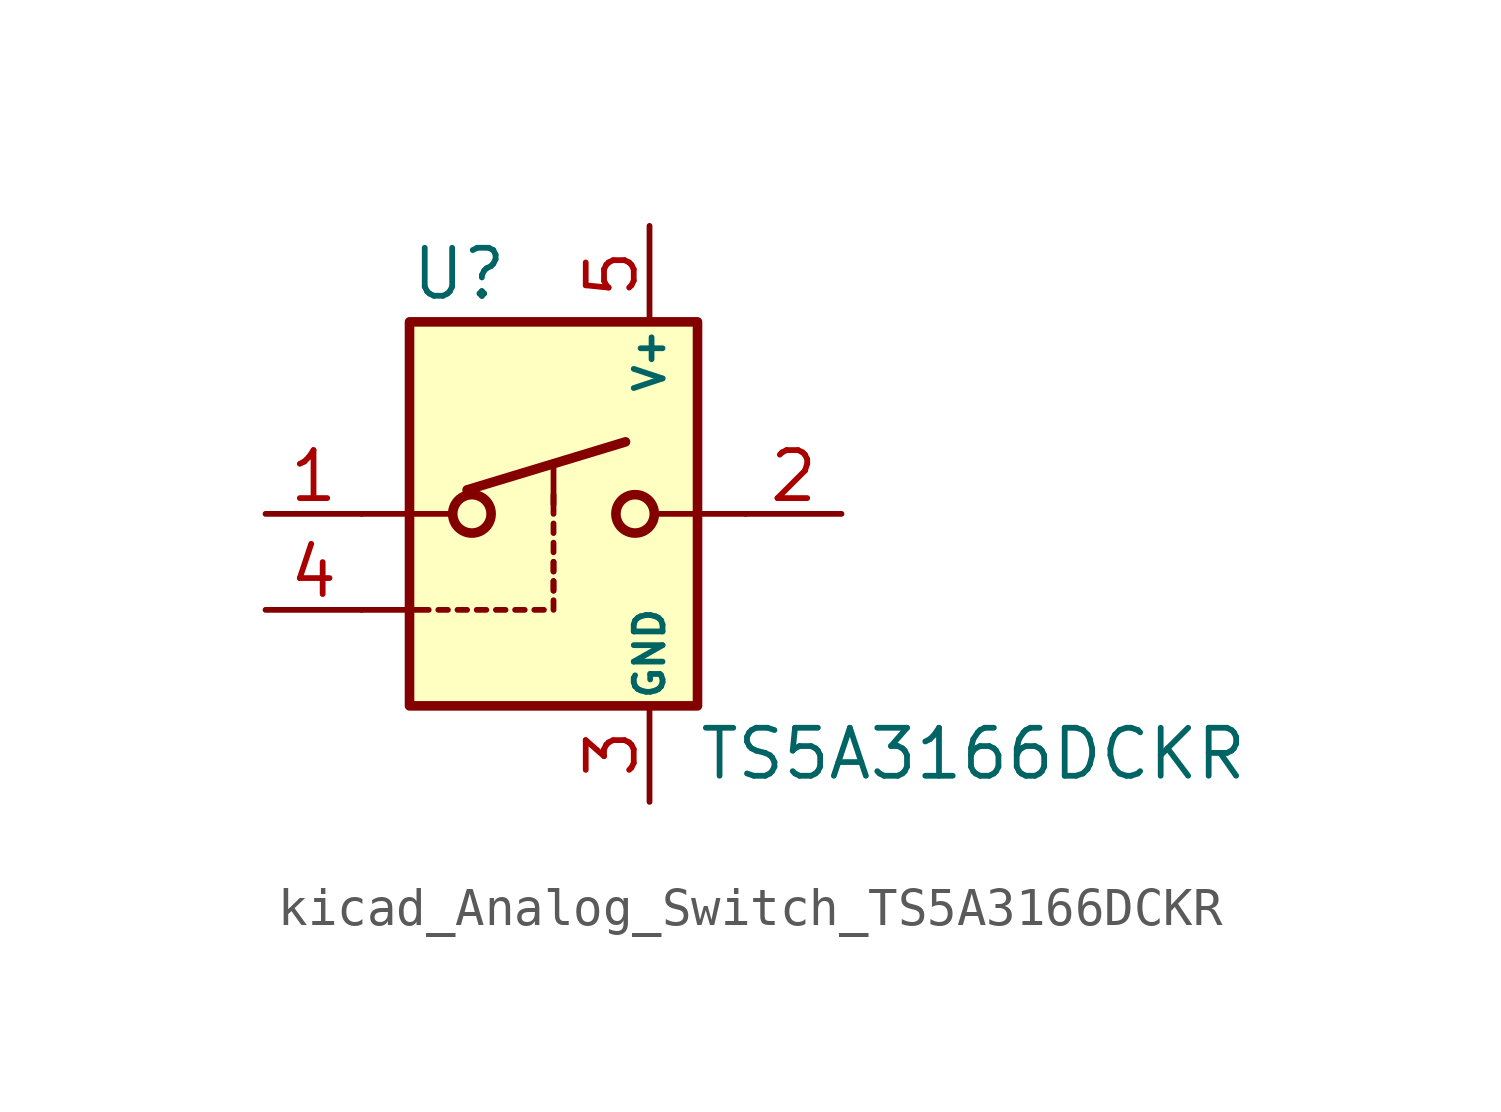
<source format=kicad_sym>
(kicad_symbol_lib
  (version 20220914)
  (generator kicad_symbol_editor)
  (symbol "kicad_Analog_Switch_TS5A3166DCKR"
    (pin_names
      (offset 0.127))
    (property "Reference" "U"
      (at -3.81 6.35 0)
      (effects (font (size 1.27 1.27)) (justify left)))
    (property "Value" "TS5A3166DCKR"
      (at 3.81 -6.35 0)
      (effects (font (size 1.27 1.27)) (justify left)))
    (symbol "kicad_Analog_Switch_TS5A3166DCKR_0_1"
      (polyline (pts (xy -5.08 -2.54) (xy -3.302 -2.54)) (stroke (width 0) (type default)) (fill (type none)))
      (polyline (pts (xy -3.048 -2.54) (xy -2.794 -2.54)) (stroke (width 0) (type default)) (fill (type none)))
      (polyline (pts (xy -2.54 -2.54) (xy -2.286 -2.54)) (stroke (width 0) (type default)) (fill (type none)))
      (polyline (pts (xy -2.032 -2.54) (xy -1.778 -2.54)) (stroke (width 0) (type default)) (fill (type none)))
      (polyline (pts (xy -1.524 -2.54) (xy -1.27 -2.54)) (stroke (width 0) (type default)) (fill (type none)))
      (polyline (pts (xy -1.016 -2.54) (xy -0.762 -2.54)) (stroke (width 0) (type default)) (fill (type none)))
      (polyline (pts (xy -0.508 -2.54) (xy -0.254 -2.54)) (stroke (width 0) (type default)) (fill (type none)))
      (polyline (pts (xy 0 -2.032) (xy 0 -1.778)) (stroke (width 0) (type default)) (fill (type none)))
      (polyline (pts (xy 0 -1.524) (xy 0 -1.27)) (stroke (width 0) (type default)) (fill (type none))))
    (symbol "kicad_Analog_Switch_TS5A3166DCKR_1_1"
      (rectangle (start -3.81 5.08) (end 3.81 -5.08) (stroke (width 0.254) (type default)) (fill (type background)))
      (circle (center -2.159 0) (radius 0.508) (stroke (width 0.254) (type default)) (fill (type none)))
      (polyline (pts (xy -5.08 0) (xy -2.794 0)) (stroke (width 0) (type default)) (fill (type none)))
      (polyline (pts (xy -2.286 0.635) (xy 1.905 1.905)) (stroke (width 0.254) (type default)) (fill (type none)))
      (polyline (pts (xy 0 -2.54) (xy 0 -2.286)) (stroke (width 0) (type default)) (fill (type none)))
      (polyline (pts (xy 0 -2.032) (xy 0 -1.778)) (stroke (width 0) (type default)) (fill (type none)))
      (polyline (pts (xy 0 -1.524) (xy 0 -1.27)) (stroke (width 0) (type default)) (fill (type none)))
      (polyline (pts (xy 0 -1.016) (xy 0 -0.762)) (stroke (width 0) (type default)) (fill (type none)))
      (polyline (pts (xy 0 -0.508) (xy 0 -0.254)) (stroke (width 0) (type default)) (fill (type none)))
      (polyline (pts (xy 0 0) (xy 0 0.508)) (stroke (width 0) (type default)) (fill (type none)))
      (polyline (pts (xy 0 0.254) (xy 0 1.27)) (stroke (width 0) (type default)) (fill (type none)))
      (polyline (pts (xy 5.08 0) (xy 2.794 0)) (stroke (width 0) (type default)) (fill (type none)))
      (circle (center 2.159 0) (radius 0.508) (stroke (width 0.254) (type default)) (fill (type none)))
      (pin passive line (at -7.62 0 0) (length 2.54) (name "~" (effects (font (size 1.27 1.27)))) (number "1" (effects (font (size 1.27 1.27)))))
      (pin passive line (at 7.62 0 180) (length 2.54) (name "~" (effects (font (size 1.27 1.27)))) (number "2" (effects (font (size 1.27 1.27)))))
      (pin power_in line (at 2.54 -7.62 90) (length 2.54) (name "GND" (effects (font (size 0.762 0.762)))) (number "3" (effects (font (size 1.27 1.27)))))
      (pin input line (at -7.62 -2.54 0) (length 2.54) (name "~" (effects (font (size 1.27 1.27)))) (number "4" (effects (font (size 1.27 1.27)))))
      (pin power_in line (at 2.54 7.62 270) (length 2.54) (name "V+" (effects (font (size 0.762 0.762)))) (number "5" (effects (font (size 1.27 1.27))))))))
</source>
